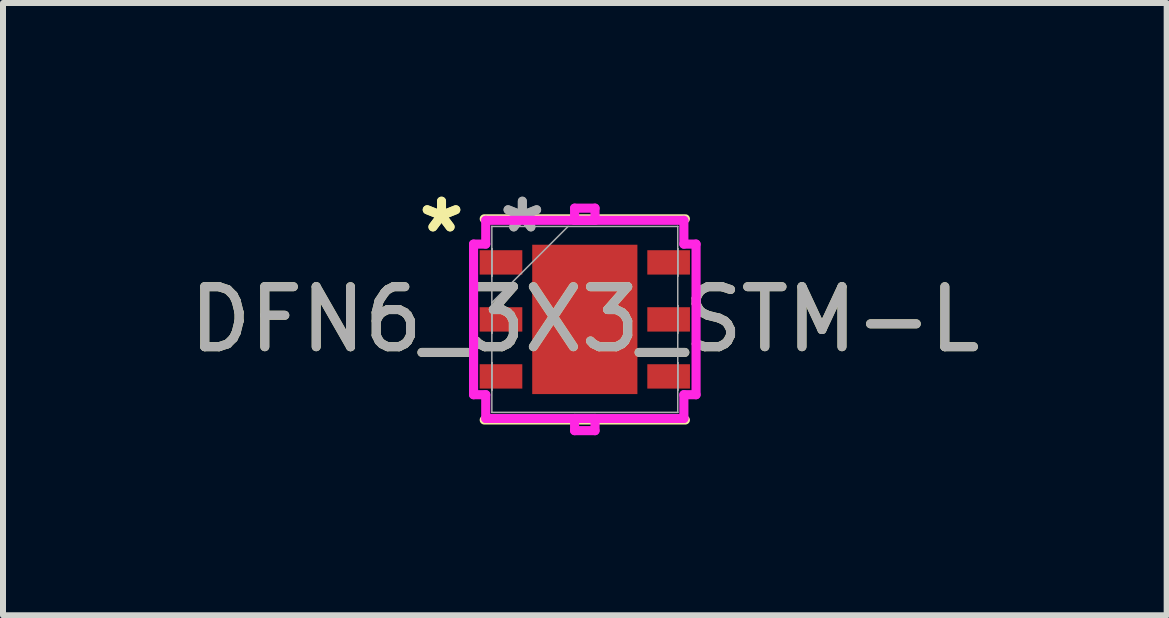
<source format=kicad_pcb>
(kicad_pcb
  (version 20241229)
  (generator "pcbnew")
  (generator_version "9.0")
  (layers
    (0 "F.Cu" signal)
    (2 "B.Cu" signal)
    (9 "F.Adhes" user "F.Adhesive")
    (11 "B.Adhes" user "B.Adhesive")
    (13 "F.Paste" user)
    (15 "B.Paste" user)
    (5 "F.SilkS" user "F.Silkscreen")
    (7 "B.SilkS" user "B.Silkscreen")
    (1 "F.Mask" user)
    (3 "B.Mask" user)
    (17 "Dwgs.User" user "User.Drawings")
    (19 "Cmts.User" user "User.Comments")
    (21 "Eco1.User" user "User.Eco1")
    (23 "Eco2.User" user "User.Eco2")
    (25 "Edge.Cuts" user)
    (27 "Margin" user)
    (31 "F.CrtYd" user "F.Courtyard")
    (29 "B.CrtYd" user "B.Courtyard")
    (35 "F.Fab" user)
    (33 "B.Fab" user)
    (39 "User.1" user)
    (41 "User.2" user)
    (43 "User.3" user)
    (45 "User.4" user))
  (footprint "DFN6_3X3_STM-L"
    (layer "F.Cu")
    (at 6.696 2.273)
    (property "Reference" "DFN6_3X3_STM-L" (at 0 0 0) (unlocked yes) (layer "F.SilkS") (effects (font (size 1 1) (thickness 0.15))))
    (attr smd)
    (fp_line (start -1.676 1.676) (end 1.676 1.676) (stroke (width 0.152) (type solid)) (layer "F.SilkS"))
    (fp_line (start 1.676 -1.676) (end -1.676 -1.676) (stroke (width 0.152) (type solid)) (layer "F.SilkS"))
    (fp_line (start -1.854 -1.255) (end -1.651 -1.255) (stroke (width 0.152) (type solid)) (layer "F.CrtYd"))
    (fp_line (start -1.854 1.255) (end -1.854 -1.255) (stroke (width 0.152) (type solid)) (layer "F.CrtYd"))
    (fp_line (start -1.651 -1.651) (end 0.17 -1.651) (stroke (width 0.152) (type solid)) (layer "F.CrtYd"))
    (fp_line (start -1.651 -1.255) (end -1.651 -1.651) (stroke (width 0.152) (type solid)) (layer "F.CrtYd"))
    (fp_line (start -1.651 1.255) (end -1.854 1.255) (stroke (width 0.152) (type solid)) (layer "F.CrtYd"))
    (fp_line (start -1.651 1.651) (end -1.651 1.255) (stroke (width 0.152) (type solid)) (layer "F.CrtYd"))
    (fp_line (start -0.17 -1.854) (end -0.17 -1.651) (stroke (width 0.152) (type solid)) (layer "F.CrtYd"))
    (fp_line (start -0.17 -1.651) (end 1.651 -1.651) (stroke (width 0.152) (type solid)) (layer "F.CrtYd"))
    (fp_line (start -0.17 1.651) (end -0.17 1.854) (stroke (width 0.152) (type solid)) (layer "F.CrtYd"))
    (fp_line (start -0.17 1.854) (end 0.17 1.854) (stroke (width 0.152) (type solid)) (layer "F.CrtYd"))
    (fp_line (start 0.17 -1.854) (end -0.17 -1.854) (stroke (width 0.152) (type solid)) (layer "F.CrtYd"))
    (fp_line (start 0.17 -1.651) (end 0.17 -1.854) (stroke (width 0.152) (type solid)) (layer "F.CrtYd"))
    (fp_line (start 0.17 1.651) (end -1.651 1.651) (stroke (width 0.152) (type solid)) (layer "F.CrtYd"))
    (fp_line (start 0.17 1.854) (end 0.17 1.651) (stroke (width 0.152) (type solid)) (layer "F.CrtYd"))
    (fp_line (start 1.651 -1.651) (end 1.651 -1.255) (stroke (width 0.152) (type solid)) (layer "F.CrtYd"))
    (fp_line (start 1.651 -1.255) (end 1.854 -1.255) (stroke (width 0.152) (type solid)) (layer "F.CrtYd"))
    (fp_line (start 1.651 1.255) (end 1.651 1.651) (stroke (width 0.152) (type solid)) (layer "F.CrtYd"))
    (fp_line (start 1.651 1.651) (end -0.17 1.651) (stroke (width 0.152) (type solid)) (layer "F.CrtYd"))
    (fp_line (start 1.854 -1.255) (end 1.854 1.255) (stroke (width 0.152) (type solid)) (layer "F.CrtYd"))
    (fp_line (start 1.854 1.255) (end 1.651 1.255) (stroke (width 0.152) (type solid)) (layer "F.CrtYd"))
    (fp_line (start -1.549 -1.549) (end -1.549 -1.549) (stroke (width 0.025) (type solid)) (layer "F.Fab"))
    (fp_line (start -1.549 -1.549) (end -1.549 1.549) (stroke (width 0.025) (type solid)) (layer "F.Fab"))
    (fp_line (start -1.549 -1.179) (end -1.549 -1.179) (stroke (width 0.025) (type solid)) (layer "F.Fab"))
    (fp_line (start -1.549 -1.179) (end -1.549 -0.721) (stroke (width 0.025) (type solid)) (layer "F.Fab"))
    (fp_line (start -1.549 -0.721) (end -1.549 -1.179) (stroke (width 0.025) (type solid)) (layer "F.Fab"))
    (fp_line (start -1.549 -0.721) (end -1.549 -0.721) (stroke (width 0.025) (type solid)) (layer "F.Fab"))
    (fp_line (start -1.549 -0.279) (end -0.279 -1.549) (stroke (width 0.025) (type solid)) (layer "F.Fab"))
    (fp_line (start -1.549 -0.229) (end -1.549 -0.229) (stroke (width 0.025) (type solid)) (layer "F.Fab"))
    (fp_line (start -1.549 -0.229) (end -1.549 0.229) (stroke (width 0.025) (type solid)) (layer "F.Fab"))
    (fp_line (start -1.549 0.229) (end -1.549 -0.229) (stroke (width 0.025) (type solid)) (layer "F.Fab"))
    (fp_line (start -1.549 0.229) (end -1.549 0.229) (stroke (width 0.025) (type solid)) (layer "F.Fab"))
    (fp_line (start -1.549 0.721) (end -1.549 0.721) (stroke (width 0.025) (type solid)) (layer "F.Fab"))
    (fp_line (start -1.549 0.721) (end -1.549 1.179) (stroke (width 0.025) (type solid)) (layer "F.Fab"))
    (fp_line (start -1.549 1.179) (end -1.549 0.721) (stroke (width 0.025) (type solid)) (layer "F.Fab"))
    (fp_line (start -1.549 1.179) (end -1.549 1.179) (stroke (width 0.025) (type solid)) (layer "F.Fab"))
    (fp_line (start -1.549 1.549) (end -1.549 1.549) (stroke (width 0.025) (type solid)) (layer "F.Fab"))
    (fp_line (start -1.549 1.549) (end 1.549 1.549) (stroke (width 0.025) (type solid)) (layer "F.Fab"))
    (fp_line (start 1.549 -1.549) (end -1.549 -1.549) (stroke (width 0.025) (type solid)) (layer "F.Fab"))
    (fp_line (start 1.549 -1.549) (end 1.549 -1.549) (stroke (width 0.025) (type solid)) (layer "F.Fab"))
    (fp_line (start 1.549 -1.179) (end 1.549 -1.179) (stroke (width 0.025) (type solid)) (layer "F.Fab"))
    (fp_line (start 1.549 -1.179) (end 1.549 -0.721) (stroke (width 0.025) (type solid)) (layer "F.Fab"))
    (fp_line (start 1.549 -0.721) (end 1.549 -1.179) (stroke (width 0.025) (type solid)) (layer "F.Fab"))
    (fp_line (start 1.549 -0.721) (end 1.549 -0.721) (stroke (width 0.025) (type solid)) (layer "F.Fab"))
    (fp_line (start 1.549 -0.229) (end 1.549 -0.229) (stroke (width 0.025) (type solid)) (layer "F.Fab"))
    (fp_line (start 1.549 -0.229) (end 1.549 0.229) (stroke (width 0.025) (type solid)) (layer "F.Fab"))
    (fp_line (start 1.549 0.229) (end 1.549 -0.229) (stroke (width 0.025) (type solid)) (layer "F.Fab"))
    (fp_line (start 1.549 0.229) (end 1.549 0.229) (stroke (width 0.025) (type solid)) (layer "F.Fab"))
    (fp_line (start 1.549 0.721) (end 1.549 0.721) (stroke (width 0.025) (type solid)) (layer "F.Fab"))
    (fp_line (start 1.549 0.721) (end 1.549 1.179) (stroke (width 0.025) (type solid)) (layer "F.Fab"))
    (fp_line (start 1.549 1.179) (end 1.549 0.721) (stroke (width 0.025) (type solid)) (layer "F.Fab"))
    (fp_line (start 1.549 1.179) (end 1.549 1.179) (stroke (width 0.025) (type solid)) (layer "F.Fab"))
    (fp_line (start 1.549 1.549) (end 1.549 -1.549) (stroke (width 0.025) (type solid)) (layer "F.Fab"))
    (fp_line (start 1.549 1.549) (end 1.549 1.549) (stroke (width 0.025) (type solid)) (layer "F.Fab"))
    (fp_text user "*" (at -2.388 -1.425 0) (layer "F.SilkS") (effects (font (size 1 1) (thickness 0.15))))
    (fp_text user "*" (at -2.388 -1.425 0) (unlocked yes) (layer "F.SilkS") (effects (font (size 1 1) (thickness 0.15))))
    (fp_text user "*" (at -1.041 -1.425 0) (layer "F.Fab") (effects (font (size 1 1) (thickness 0.15))))
    (fp_text user "${REFERENCE}" (at 0 0 0) (unlocked yes) (layer "F.Fab") (effects (font (size 1 1) (thickness 0.15))))
    (fp_text user "*" (at -1.041 -1.425 0) (unlocked yes) (layer "F.Fab") (effects (font (size 1 1) (thickness 0.15))))
    (pad "1" smd rect (at -1.397 -0.95 90) (size 0.406 0.711) (layers "F.Cu" "F.Mask" "F.Paste"))
    (pad "2" smd rect (at -1.397 0 90) (size 0.406 0.711) (layers "F.Cu" "F.Mask" "F.Paste"))
    (pad "3" smd rect (at -1.397 0.95 90) (size 0.406 0.711) (layers "F.Cu" "F.Mask" "F.Paste"))
    (pad "4" smd rect (at 1.397 0.95 90) (size 0.406 0.711) (layers "F.Cu" "F.Mask" "F.Paste"))
    (pad "5" smd rect (at 1.397 0 90) (size 0.406 0.711) (layers "F.Cu" "F.Mask" "F.Paste"))
    (pad "6" smd rect (at 1.397 -0.95 90) (size 0.406 0.711) (layers "F.Cu" "F.Mask" "F.Paste"))
    (pad "7" smd rect (at 0 0) (size 1.753 2.489) (layers "F.Cu" "F.Mask" "F.Paste")))
  (gr_rect
    (start -3 -3)
    (end 16.393 7.204)
    (stroke (width 0.1) (type default))
    (fill no)
    (layer "Edge.Cuts")))
</source>
